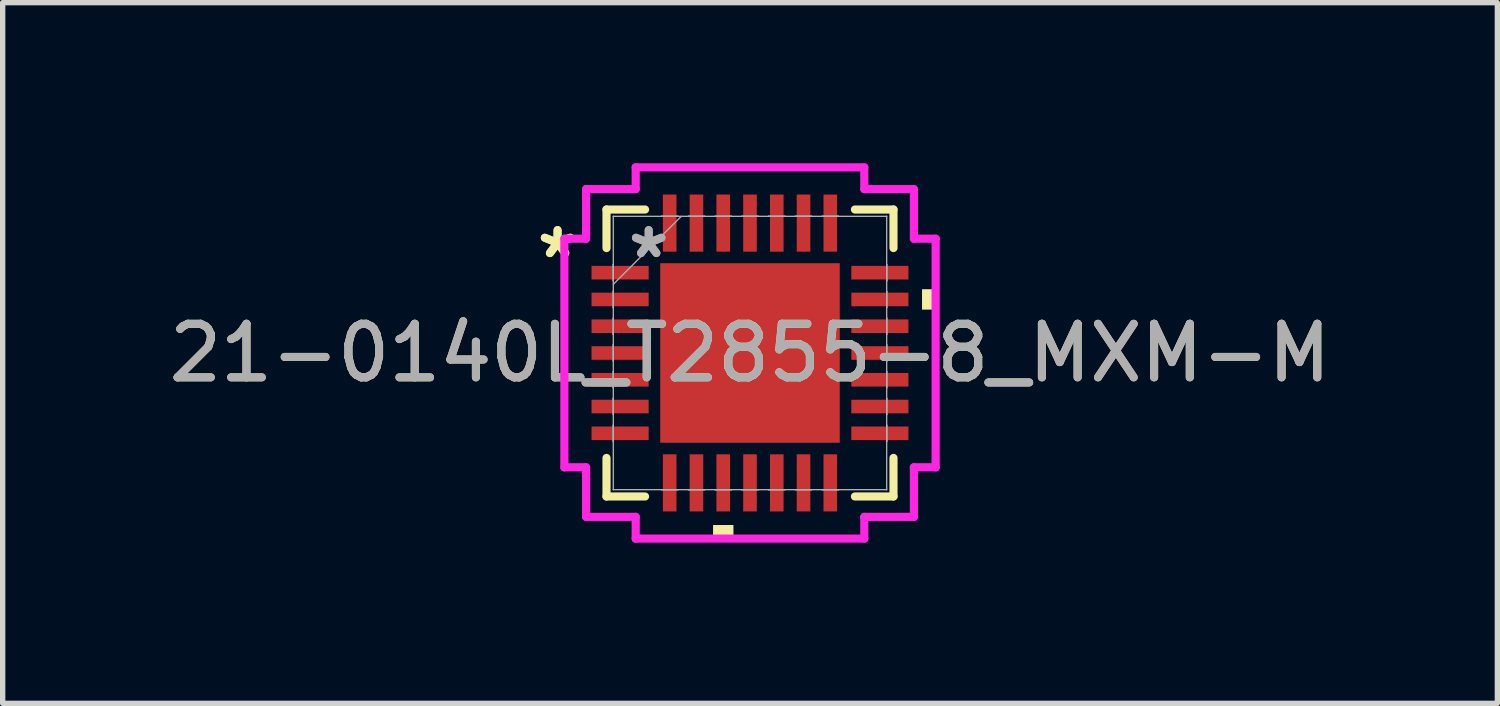
<source format=kicad_pcb>
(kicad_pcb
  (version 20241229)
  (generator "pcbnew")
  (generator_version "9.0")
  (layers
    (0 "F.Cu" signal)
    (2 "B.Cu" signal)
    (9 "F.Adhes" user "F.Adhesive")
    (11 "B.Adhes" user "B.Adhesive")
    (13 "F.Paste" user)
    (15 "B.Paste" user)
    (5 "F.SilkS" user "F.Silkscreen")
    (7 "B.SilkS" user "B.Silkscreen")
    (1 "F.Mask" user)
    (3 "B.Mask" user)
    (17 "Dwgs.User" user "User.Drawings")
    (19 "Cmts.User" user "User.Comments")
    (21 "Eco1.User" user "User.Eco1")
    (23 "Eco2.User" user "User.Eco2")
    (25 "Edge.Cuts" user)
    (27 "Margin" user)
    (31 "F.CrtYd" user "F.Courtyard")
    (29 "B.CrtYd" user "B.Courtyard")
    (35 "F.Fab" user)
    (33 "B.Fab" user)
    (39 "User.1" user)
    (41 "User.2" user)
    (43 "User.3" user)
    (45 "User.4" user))
  (footprint "21-0140L_T2855-8_MXM-M"
    (layer "F.Cu")
    (at 10.958 3.543)
    (property "Reference" "21-0140L_T2855-8_MXM-M" (at 0 0 0) (unlocked yes) (layer "F.SilkS") (effects (font (size 1 1) (thickness 0.15))))
    (attr smd)
    (fp_line (start -2.68 -2.68) (end -2.68 -1.96) (stroke (width 0.152) (type solid)) (layer "F.SilkS"))
    (fp_line (start -2.68 1.96) (end -2.68 2.68) (stroke (width 0.152) (type solid)) (layer "F.SilkS"))
    (fp_line (start -2.68 2.68) (end -1.96 2.68) (stroke (width 0.152) (type solid)) (layer "F.SilkS"))
    (fp_line (start -1.96 -2.68) (end -2.68 -2.68) (stroke (width 0.152) (type solid)) (layer "F.SilkS"))
    (fp_line (start 1.96 2.68) (end 2.68 2.68) (stroke (width 0.152) (type solid)) (layer "F.SilkS"))
    (fp_line (start 2.68 -2.68) (end 1.96 -2.68) (stroke (width 0.152) (type solid)) (layer "F.SilkS"))
    (fp_line (start 2.68 -1.96) (end 2.68 -2.68) (stroke (width 0.152) (type solid)) (layer "F.SilkS"))
    (fp_line (start 2.68 2.68) (end 2.68 1.96) (stroke (width 0.152) (type solid)) (layer "F.SilkS"))
    (fp_poly (pts (xy -0.69 3.213) (xy -0.69 3.467) (xy -0.309 3.467) (xy -0.309 3.213)) (stroke (width 0) (type solid)) (fill yes) (layer "F.SilkS"))
    (fp_poly (pts (xy 3.467 -1.191) (xy 3.467 -0.81) (xy 3.213 -0.81) (xy 3.213 -1.191)) (stroke (width 0) (type solid)) (fill yes) (layer "F.SilkS"))
    (fp_poly (pts (xy -1.576 -1.576) (xy -1.576 -0.1) (xy -0.1 -0.1) (xy -0.1 -1.576)) (stroke (width 0) (type solid)) (fill yes) (layer "F.Paste"))
    (fp_poly (pts (xy -1.576 0.1) (xy -1.576 1.576) (xy -0.1 1.576) (xy -0.1 0.1)) (stroke (width 0) (type solid)) (fill yes) (layer "F.Paste"))
    (fp_poly (pts (xy 0.1 -1.576) (xy 0.1 -0.1) (xy 1.576 -0.1) (xy 1.576 -1.576)) (stroke (width 0) (type solid)) (fill yes) (layer "F.Paste"))
    (fp_poly (pts (xy 0.1 0.1) (xy 0.1 1.576) (xy 1.576 1.576) (xy 1.576 0.1)) (stroke (width 0) (type solid)) (fill yes) (layer "F.Paste"))
    (fp_line (start -3.467 -2.135) (end -3.061 -2.135) (stroke (width 0.152) (type solid)) (layer "F.CrtYd"))
    (fp_line (start -3.467 2.135) (end -3.467 -2.135) (stroke (width 0.152) (type solid)) (layer "F.CrtYd"))
    (fp_line (start -3.061 -3.061) (end -2.135 -3.061) (stroke (width 0.152) (type solid)) (layer "F.CrtYd"))
    (fp_line (start -3.061 -2.135) (end -3.061 -3.061) (stroke (width 0.152) (type solid)) (layer "F.CrtYd"))
    (fp_line (start -3.061 2.135) (end -3.467 2.135) (stroke (width 0.152) (type solid)) (layer "F.CrtYd"))
    (fp_line (start -3.061 3.061) (end -3.061 2.135) (stroke (width 0.152) (type solid)) (layer "F.CrtYd"))
    (fp_line (start -2.135 -3.467) (end 2.135 -3.467) (stroke (width 0.152) (type solid)) (layer "F.CrtYd"))
    (fp_line (start -2.135 -3.061) (end -2.135 -3.467) (stroke (width 0.152) (type solid)) (layer "F.CrtYd"))
    (fp_line (start -2.135 3.061) (end -3.061 3.061) (stroke (width 0.152) (type solid)) (layer "F.CrtYd"))
    (fp_line (start -2.135 3.467) (end -2.135 3.061) (stroke (width 0.152) (type solid)) (layer "F.CrtYd"))
    (fp_line (start 2.135 -3.467) (end 2.135 -3.061) (stroke (width 0.152) (type solid)) (layer "F.CrtYd"))
    (fp_line (start 2.135 -3.061) (end 3.061 -3.061) (stroke (width 0.152) (type solid)) (layer "F.CrtYd"))
    (fp_line (start 2.135 3.061) (end 2.135 3.467) (stroke (width 0.152) (type solid)) (layer "F.CrtYd"))
    (fp_line (start 2.135 3.467) (end -2.135 3.467) (stroke (width 0.152) (type solid)) (layer "F.CrtYd"))
    (fp_line (start 3.061 -3.061) (end 3.061 -2.135) (stroke (width 0.152) (type solid)) (layer "F.CrtYd"))
    (fp_line (start 3.061 -2.135) (end 3.467 -2.135) (stroke (width 0.152) (type solid)) (layer "F.CrtYd"))
    (fp_line (start 3.061 2.135) (end 3.061 3.061) (stroke (width 0.152) (type solid)) (layer "F.CrtYd"))
    (fp_line (start 3.061 3.061) (end 2.135 3.061) (stroke (width 0.152) (type solid)) (layer "F.CrtYd"))
    (fp_line (start 3.467 -2.135) (end 3.467 2.135) (stroke (width 0.152) (type solid)) (layer "F.CrtYd"))
    (fp_line (start 3.467 2.135) (end 3.061 2.135) (stroke (width 0.152) (type solid)) (layer "F.CrtYd"))
    (fp_line (start -2.553 -2.553) (end -2.553 -2.553) (stroke (width 0.025) (type solid)) (layer "F.Fab"))
    (fp_line (start -2.553 -2.553) (end -2.553 2.553) (stroke (width 0.025) (type solid)) (layer "F.Fab"))
    (fp_line (start -2.553 -1.652) (end -2.553 -1.652) (stroke (width 0.025) (type solid)) (layer "F.Fab"))
    (fp_line (start -2.553 -1.652) (end -2.553 -1.348) (stroke (width 0.025) (type solid)) (layer "F.Fab"))
    (fp_line (start -2.553 -1.348) (end -2.553 -1.652) (stroke (width 0.025) (type solid)) (layer "F.Fab"))
    (fp_line (start -2.553 -1.348) (end -2.553 -1.348) (stroke (width 0.025) (type solid)) (layer "F.Fab"))
    (fp_line (start -2.553 -1.283) (end -1.283 -2.553) (stroke (width 0.025) (type solid)) (layer "F.Fab"))
    (fp_line (start -2.553 -1.152) (end -2.553 -1.152) (stroke (width 0.025) (type solid)) (layer "F.Fab"))
    (fp_line (start -2.553 -1.152) (end -2.553 -0.848) (stroke (width 0.025) (type solid)) (layer "F.Fab"))
    (fp_line (start -2.553 -0.848) (end -2.553 -1.152) (stroke (width 0.025) (type solid)) (layer "F.Fab"))
    (fp_line (start -2.553 -0.848) (end -2.553 -0.848) (stroke (width 0.025) (type solid)) (layer "F.Fab"))
    (fp_line (start -2.553 -0.652) (end -2.553 -0.652) (stroke (width 0.025) (type solid)) (layer "F.Fab"))
    (fp_line (start -2.553 -0.652) (end -2.553 -0.348) (stroke (width 0.025) (type solid)) (layer "F.Fab"))
    (fp_line (start -2.553 -0.348) (end -2.553 -0.652) (stroke (width 0.025) (type solid)) (layer "F.Fab"))
    (fp_line (start -2.553 -0.348) (end -2.553 -0.348) (stroke (width 0.025) (type solid)) (layer "F.Fab"))
    (fp_line (start -2.553 -0.152) (end -2.553 -0.152) (stroke (width 0.025) (type solid)) (layer "F.Fab"))
    (fp_line (start -2.553 -0.152) (end -2.553 0.152) (stroke (width 0.025) (type solid)) (layer "F.Fab"))
    (fp_line (start -2.553 0.152) (end -2.553 -0.152) (stroke (width 0.025) (type solid)) (layer "F.Fab"))
    (fp_line (start -2.553 0.152) (end -2.553 0.152) (stroke (width 0.025) (type solid)) (layer "F.Fab"))
    (fp_line (start -2.553 0.348) (end -2.553 0.348) (stroke (width 0.025) (type solid)) (layer "F.Fab"))
    (fp_line (start -2.553 0.348) (end -2.553 0.652) (stroke (width 0.025) (type solid)) (layer "F.Fab"))
    (fp_line (start -2.553 0.652) (end -2.553 0.348) (stroke (width 0.025) (type solid)) (layer "F.Fab"))
    (fp_line (start -2.553 0.652) (end -2.553 0.652) (stroke (width 0.025) (type solid)) (layer "F.Fab"))
    (fp_line (start -2.553 0.848) (end -2.553 0.848) (stroke (width 0.025) (type solid)) (layer "F.Fab"))
    (fp_line (start -2.553 0.848) (end -2.553 1.152) (stroke (width 0.025) (type solid)) (layer "F.Fab"))
    (fp_line (start -2.553 1.152) (end -2.553 0.848) (stroke (width 0.025) (type solid)) (layer "F.Fab"))
    (fp_line (start -2.553 1.152) (end -2.553 1.152) (stroke (width 0.025) (type solid)) (layer "F.Fab"))
    (fp_line (start -2.553 1.348) (end -2.553 1.348) (stroke (width 0.025) (type solid)) (layer "F.Fab"))
    (fp_line (start -2.553 1.348) (end -2.553 1.652) (stroke (width 0.025) (type solid)) (layer "F.Fab"))
    (fp_line (start -2.553 1.652) (end -2.553 1.348) (stroke (width 0.025) (type solid)) (layer "F.Fab"))
    (fp_line (start -2.553 1.652) (end -2.553 1.652) (stroke (width 0.025) (type solid)) (layer "F.Fab"))
    (fp_line (start -2.553 2.553) (end -2.553 2.553) (stroke (width 0.025) (type solid)) (layer "F.Fab"))
    (fp_line (start -2.553 2.553) (end 2.553 2.553) (stroke (width 0.025) (type solid)) (layer "F.Fab"))
    (fp_line (start -1.652 -2.553) (end -1.652 -2.553) (stroke (width 0.025) (type solid)) (layer "F.Fab"))
    (fp_line (start -1.652 -2.553) (end -1.348 -2.553) (stroke (width 0.025) (type solid)) (layer "F.Fab"))
    (fp_line (start -1.652 2.553) (end -1.652 2.553) (stroke (width 0.025) (type solid)) (layer "F.Fab"))
    (fp_line (start -1.652 2.553) (end -1.348 2.553) (stroke (width 0.025) (type solid)) (layer "F.Fab"))
    (fp_line (start -1.348 -2.553) (end -1.652 -2.553) (stroke (width 0.025) (type solid)) (layer "F.Fab"))
    (fp_line (start -1.348 -2.553) (end -1.348 -2.553) (stroke (width 0.025) (type solid)) (layer "F.Fab"))
    (fp_line (start -1.348 2.553) (end -1.652 2.553) (stroke (width 0.025) (type solid)) (layer "F.Fab"))
    (fp_line (start -1.348 2.553) (end -1.348 2.553) (stroke (width 0.025) (type solid)) (layer "F.Fab"))
    (fp_line (start -1.152 -2.553) (end -1.152 -2.553) (stroke (width 0.025) (type solid)) (layer "F.Fab"))
    (fp_line (start -1.152 -2.553) (end -0.848 -2.553) (stroke (width 0.025) (type solid)) (layer "F.Fab"))
    (fp_line (start -1.152 2.553) (end -1.152 2.553) (stroke (width 0.025) (type solid)) (layer "F.Fab"))
    (fp_line (start -1.152 2.553) (end -0.848 2.553) (stroke (width 0.025) (type solid)) (layer "F.Fab"))
    (fp_line (start -0.848 -2.553) (end -1.152 -2.553) (stroke (width 0.025) (type solid)) (layer "F.Fab"))
    (fp_line (start -0.848 -2.553) (end -0.848 -2.553) (stroke (width 0.025) (type solid)) (layer "F.Fab"))
    (fp_line (start -0.848 2.553) (end -1.152 2.553) (stroke (width 0.025) (type solid)) (layer "F.Fab"))
    (fp_line (start -0.848 2.553) (end -0.848 2.553) (stroke (width 0.025) (type solid)) (layer "F.Fab"))
    (fp_line (start -0.652 -2.553) (end -0.652 -2.553) (stroke (width 0.025) (type solid)) (layer "F.Fab"))
    (fp_line (start -0.652 -2.553) (end -0.348 -2.553) (stroke (width 0.025) (type solid)) (layer "F.Fab"))
    (fp_line (start -0.652 2.553) (end -0.652 2.553) (stroke (width 0.025) (type solid)) (layer "F.Fab"))
    (fp_line (start -0.652 2.553) (end -0.348 2.553) (stroke (width 0.025) (type solid)) (layer "F.Fab"))
    (fp_line (start -0.348 -2.553) (end -0.652 -2.553) (stroke (width 0.025) (type solid)) (layer "F.Fab"))
    (fp_line (start -0.348 -2.553) (end -0.348 -2.553) (stroke (width 0.025) (type solid)) (layer "F.Fab"))
    (fp_line (start -0.348 2.553) (end -0.652 2.553) (stroke (width 0.025) (type solid)) (layer "F.Fab"))
    (fp_line (start -0.348 2.553) (end -0.348 2.553) (stroke (width 0.025) (type solid)) (layer "F.Fab"))
    (fp_line (start -0.152 -2.553) (end -0.152 -2.553) (stroke (width 0.025) (type solid)) (layer "F.Fab"))
    (fp_line (start -0.152 -2.553) (end 0.152 -2.553) (stroke (width 0.025) (type solid)) (layer "F.Fab"))
    (fp_line (start -0.152 2.553) (end -0.152 2.553) (stroke (width 0.025) (type solid)) (layer "F.Fab"))
    (fp_line (start -0.152 2.553) (end 0.152 2.553) (stroke (width 0.025) (type solid)) (layer "F.Fab"))
    (fp_line (start 0.152 -2.553) (end -0.152 -2.553) (stroke (width 0.025) (type solid)) (layer "F.Fab"))
    (fp_line (start 0.152 -2.553) (end 0.152 -2.553) (stroke (width 0.025) (type solid)) (layer "F.Fab"))
    (fp_line (start 0.152 2.553) (end -0.152 2.553) (stroke (width 0.025) (type solid)) (layer "F.Fab"))
    (fp_line (start 0.152 2.553) (end 0.152 2.553) (stroke (width 0.025) (type solid)) (layer "F.Fab"))
    (fp_line (start 0.348 -2.553) (end 0.348 -2.553) (stroke (width 0.025) (type solid)) (layer "F.Fab"))
    (fp_line (start 0.348 -2.553) (end 0.652 -2.553) (stroke (width 0.025) (type solid)) (layer "F.Fab"))
    (fp_line (start 0.348 2.553) (end 0.348 2.553) (stroke (width 0.025) (type solid)) (layer "F.Fab"))
    (fp_line (start 0.348 2.553) (end 0.652 2.553) (stroke (width 0.025) (type solid)) (layer "F.Fab"))
    (fp_line (start 0.652 -2.553) (end 0.348 -2.553) (stroke (width 0.025) (type solid)) (layer "F.Fab"))
    (fp_line (start 0.652 -2.553) (end 0.652 -2.553) (stroke (width 0.025) (type solid)) (layer "F.Fab"))
    (fp_line (start 0.652 2.553) (end 0.348 2.553) (stroke (width 0.025) (type solid)) (layer "F.Fab"))
    (fp_line (start 0.652 2.553) (end 0.652 2.553) (stroke (width 0.025) (type solid)) (layer "F.Fab"))
    (fp_line (start 0.848 -2.553) (end 0.848 -2.553) (stroke (width 0.025) (type solid)) (layer "F.Fab"))
    (fp_line (start 0.848 -2.553) (end 1.152 -2.553) (stroke (width 0.025) (type solid)) (layer "F.Fab"))
    (fp_line (start 0.848 2.553) (end 0.848 2.553) (stroke (width 0.025) (type solid)) (layer "F.Fab"))
    (fp_line (start 0.848 2.553) (end 1.152 2.553) (stroke (width 0.025) (type solid)) (layer "F.Fab"))
    (fp_line (start 1.152 -2.553) (end 0.848 -2.553) (stroke (width 0.025) (type solid)) (layer "F.Fab"))
    (fp_line (start 1.152 -2.553) (end 1.152 -2.553) (stroke (width 0.025) (type solid)) (layer "F.Fab"))
    (fp_line (start 1.152 2.553) (end 0.848 2.553) (stroke (width 0.025) (type solid)) (layer "F.Fab"))
    (fp_line (start 1.152 2.553) (end 1.152 2.553) (stroke (width 0.025) (type solid)) (layer "F.Fab"))
    (fp_line (start 1.348 -2.553) (end 1.348 -2.553) (stroke (width 0.025) (type solid)) (layer "F.Fab"))
    (fp_line (start 1.348 -2.553) (end 1.652 -2.553) (stroke (width 0.025) (type solid)) (layer "F.Fab"))
    (fp_line (start 1.348 2.553) (end 1.348 2.553) (stroke (width 0.025) (type solid)) (layer "F.Fab"))
    (fp_line (start 1.348 2.553) (end 1.652 2.553) (stroke (width 0.025) (type solid)) (layer "F.Fab"))
    (fp_line (start 1.652 -2.553) (end 1.348 -2.553) (stroke (width 0.025) (type solid)) (layer "F.Fab"))
    (fp_line (start 1.652 -2.553) (end 1.652 -2.553) (stroke (width 0.025) (type solid)) (layer "F.Fab"))
    (fp_line (start 1.652 2.553) (end 1.348 2.553) (stroke (width 0.025) (type solid)) (layer "F.Fab"))
    (fp_line (start 1.652 2.553) (end 1.652 2.553) (stroke (width 0.025) (type solid)) (layer "F.Fab"))
    (fp_line (start 2.553 -2.553) (end -2.553 -2.553) (stroke (width 0.025) (type solid)) (layer "F.Fab"))
    (fp_line (start 2.553 -2.553) (end 2.553 -2.553) (stroke (width 0.025) (type solid)) (layer "F.Fab"))
    (fp_line (start 2.553 -1.652) (end 2.553 -1.652) (stroke (width 0.025) (type solid)) (layer "F.Fab"))
    (fp_line (start 2.553 -1.652) (end 2.553 -1.348) (stroke (width 0.025) (type solid)) (layer "F.Fab"))
    (fp_line (start 2.553 -1.348) (end 2.553 -1.652) (stroke (width 0.025) (type solid)) (layer "F.Fab"))
    (fp_line (start 2.553 -1.348) (end 2.553 -1.348) (stroke (width 0.025) (type solid)) (layer "F.Fab"))
    (fp_line (start 2.553 -1.152) (end 2.553 -1.152) (stroke (width 0.025) (type solid)) (layer "F.Fab"))
    (fp_line (start 2.553 -1.152) (end 2.553 -0.848) (stroke (width 0.025) (type solid)) (layer "F.Fab"))
    (fp_line (start 2.553 -0.848) (end 2.553 -1.152) (stroke (width 0.025) (type solid)) (layer "F.Fab"))
    (fp_line (start 2.553 -0.848) (end 2.553 -0.848) (stroke (width 0.025) (type solid)) (layer "F.Fab"))
    (fp_line (start 2.553 -0.652) (end 2.553 -0.652) (stroke (width 0.025) (type solid)) (layer "F.Fab"))
    (fp_line (start 2.553 -0.652) (end 2.553 -0.348) (stroke (width 0.025) (type solid)) (layer "F.Fab"))
    (fp_line (start 2.553 -0.348) (end 2.553 -0.652) (stroke (width 0.025) (type solid)) (layer "F.Fab"))
    (fp_line (start 2.553 -0.348) (end 2.553 -0.348) (stroke (width 0.025) (type solid)) (layer "F.Fab"))
    (fp_line (start 2.553 -0.152) (end 2.553 -0.152) (stroke (width 0.025) (type solid)) (layer "F.Fab"))
    (fp_line (start 2.553 -0.152) (end 2.553 0.152) (stroke (width 0.025) (type solid)) (layer "F.Fab"))
    (fp_line (start 2.553 0.152) (end 2.553 -0.152) (stroke (width 0.025) (type solid)) (layer "F.Fab"))
    (fp_line (start 2.553 0.152) (end 2.553 0.152) (stroke (width 0.025) (type solid)) (layer "F.Fab"))
    (fp_line (start 2.553 0.348) (end 2.553 0.348) (stroke (width 0.025) (type solid)) (layer "F.Fab"))
    (fp_line (start 2.553 0.348) (end 2.553 0.652) (stroke (width 0.025) (type solid)) (layer "F.Fab"))
    (fp_line (start 2.553 0.652) (end 2.553 0.348) (stroke (width 0.025) (type solid)) (layer "F.Fab"))
    (fp_line (start 2.553 0.652) (end 2.553 0.652) (stroke (width 0.025) (type solid)) (layer "F.Fab"))
    (fp_line (start 2.553 0.848) (end 2.553 0.848) (stroke (width 0.025) (type solid)) (layer "F.Fab"))
    (fp_line (start 2.553 0.848) (end 2.553 1.152) (stroke (width 0.025) (type solid)) (layer "F.Fab"))
    (fp_line (start 2.553 1.152) (end 2.553 0.848) (stroke (width 0.025) (type solid)) (layer "F.Fab"))
    (fp_line (start 2.553 1.152) (end 2.553 1.152) (stroke (width 0.025) (type solid)) (layer "F.Fab"))
    (fp_line (start 2.553 1.348) (end 2.553 1.348) (stroke (width 0.025) (type solid)) (layer "F.Fab"))
    (fp_line (start 2.553 1.348) (end 2.553 1.652) (stroke (width 0.025) (type solid)) (layer "F.Fab"))
    (fp_line (start 2.553 1.652) (end 2.553 1.348) (stroke (width 0.025) (type solid)) (layer "F.Fab"))
    (fp_line (start 2.553 1.652) (end 2.553 1.652) (stroke (width 0.025) (type solid)) (layer "F.Fab"))
    (fp_line (start 2.553 2.553) (end 2.553 -2.553) (stroke (width 0.025) (type solid)) (layer "F.Fab"))
    (fp_line (start 2.553 2.553) (end 2.553 2.553) (stroke (width 0.025) (type solid)) (layer "F.Fab"))
    (fp_text user "*" (at -3.594 -1.75 0) (unlocked yes) (layer "F.SilkS") (effects (font (size 1 1) (thickness 0.15))))
    (fp_text user "*" (at -3.594 -1.75 0) (layer "F.SilkS") (effects (font (size 1 1) (thickness 0.15))))
    (fp_text user "*" (at -1.892 -1.75 0) (unlocked yes) (layer "F.Fab") (effects (font (size 1 1) (thickness 0.15))))
    (fp_text user "${REFERENCE}" (at 0 0 0) (unlocked yes) (layer "F.Fab") (effects (font (size 1 1) (thickness 0.15))))
    (fp_text user "*" (at -1.892 -1.75 0) (layer "F.Fab") (effects (font (size 1 1) (thickness 0.15))))
    (pad "1" smd rect (at -2.426 -1.5 90) (size 0.254 1.067) (layers "F.Cu" "F.Mask" "F.Paste"))
    (pad "2" smd rect (at -2.426 -1 90) (size 0.254 1.067) (layers "F.Cu" "F.Mask" "F.Paste"))
    (pad "3" smd rect (at -2.426 -0.5 90) (size 0.254 1.067) (layers "F.Cu" "F.Mask" "F.Paste"))
    (pad "4" smd rect (at -2.426 0 90) (size 0.254 1.067) (layers "F.Cu" "F.Mask" "F.Paste"))
    (pad "5" smd rect (at -2.426 0.5 90) (size 0.254 1.067) (layers "F.Cu" "F.Mask" "F.Paste"))
    (pad "6" smd rect (at -2.426 1 90) (size 0.254 1.067) (layers "F.Cu" "F.Mask" "F.Paste"))
    (pad "7" smd rect (at -2.426 1.5 90) (size 0.254 1.067) (layers "F.Cu" "F.Mask" "F.Paste"))
    (pad "8" smd rect (at -1.5 2.426) (size 0.254 1.067) (layers "F.Cu" "F.Mask" "F.Paste"))
    (pad "9" smd rect (at -1 2.426) (size 0.254 1.067) (layers "F.Cu" "F.Mask" "F.Paste"))
    (pad "10" smd rect (at -0.5 2.426) (size 0.254 1.067) (layers "F.Cu" "F.Mask" "F.Paste"))
    (pad "11" smd rect (at 0 2.426) (size 0.254 1.067) (layers "F.Cu" "F.Mask" "F.Paste"))
    (pad "12" smd rect (at 0.5 2.426) (size 0.254 1.067) (layers "F.Cu" "F.Mask" "F.Paste"))
    (pad "13" smd rect (at 1 2.426) (size 0.254 1.067) (layers "F.Cu" "F.Mask" "F.Paste"))
    (pad "14" smd rect (at 1.5 2.426) (size 0.254 1.067) (layers "F.Cu" "F.Mask" "F.Paste"))
    (pad "15" smd rect (at 2.426 1.5 90) (size 0.254 1.067) (layers "F.Cu" "F.Mask" "F.Paste"))
    (pad "16" smd rect (at 2.426 1 90) (size 0.254 1.067) (layers "F.Cu" "F.Mask" "F.Paste"))
    (pad "17" smd rect (at 2.426 0.5 90) (size 0.254 1.067) (layers "F.Cu" "F.Mask" "F.Paste"))
    (pad "18" smd rect (at 2.426 0 90) (size 0.254 1.067) (layers "F.Cu" "F.Mask" "F.Paste"))
    (pad "19" smd rect (at 2.426 -0.5 90) (size 0.254 1.067) (layers "F.Cu" "F.Mask" "F.Paste"))
    (pad "20" smd rect (at 2.426 -1 90) (size 0.254 1.067) (layers "F.Cu" "F.Mask" "F.Paste"))
    (pad "21" smd rect (at 2.426 -1.5 90) (size 0.254 1.067) (layers "F.Cu" "F.Mask" "F.Paste"))
    (pad "22" smd rect (at 1.5 -2.426) (size 0.254 1.067) (layers "F.Cu" "F.Mask" "F.Paste"))
    (pad "23" smd rect (at 1 -2.426) (size 0.254 1.067) (layers "F.Cu" "F.Mask" "F.Paste"))
    (pad "24" smd rect (at 0.5 -2.426) (size 0.254 1.067) (layers "F.Cu" "F.Mask" "F.Paste"))
    (pad "25" smd rect (at 0 -2.426) (size 0.254 1.067) (layers "F.Cu" "F.Mask" "F.Paste"))
    (pad "26" smd rect (at -0.5 -2.426) (size 0.254 1.067) (layers "F.Cu" "F.Mask" "F.Paste"))
    (pad "27" smd rect (at -1 -2.426) (size 0.254 1.067) (layers "F.Cu" "F.Mask" "F.Paste"))
    (pad "28" smd rect (at -1.5 -2.426) (size 0.254 1.067) (layers "F.Cu" "F.Mask" "F.Paste"))
    (pad "29" smd rect (at 0 0) (size 3.353 3.353) (layers "F.Cu" "F.Mask" "F.Paste")))
  (gr_rect
    (start -3 -3)
    (end 24.917 10.087)
    (stroke (width 0.1) (type default))
    (fill no)
    (layer "Edge.Cuts")))
</source>
